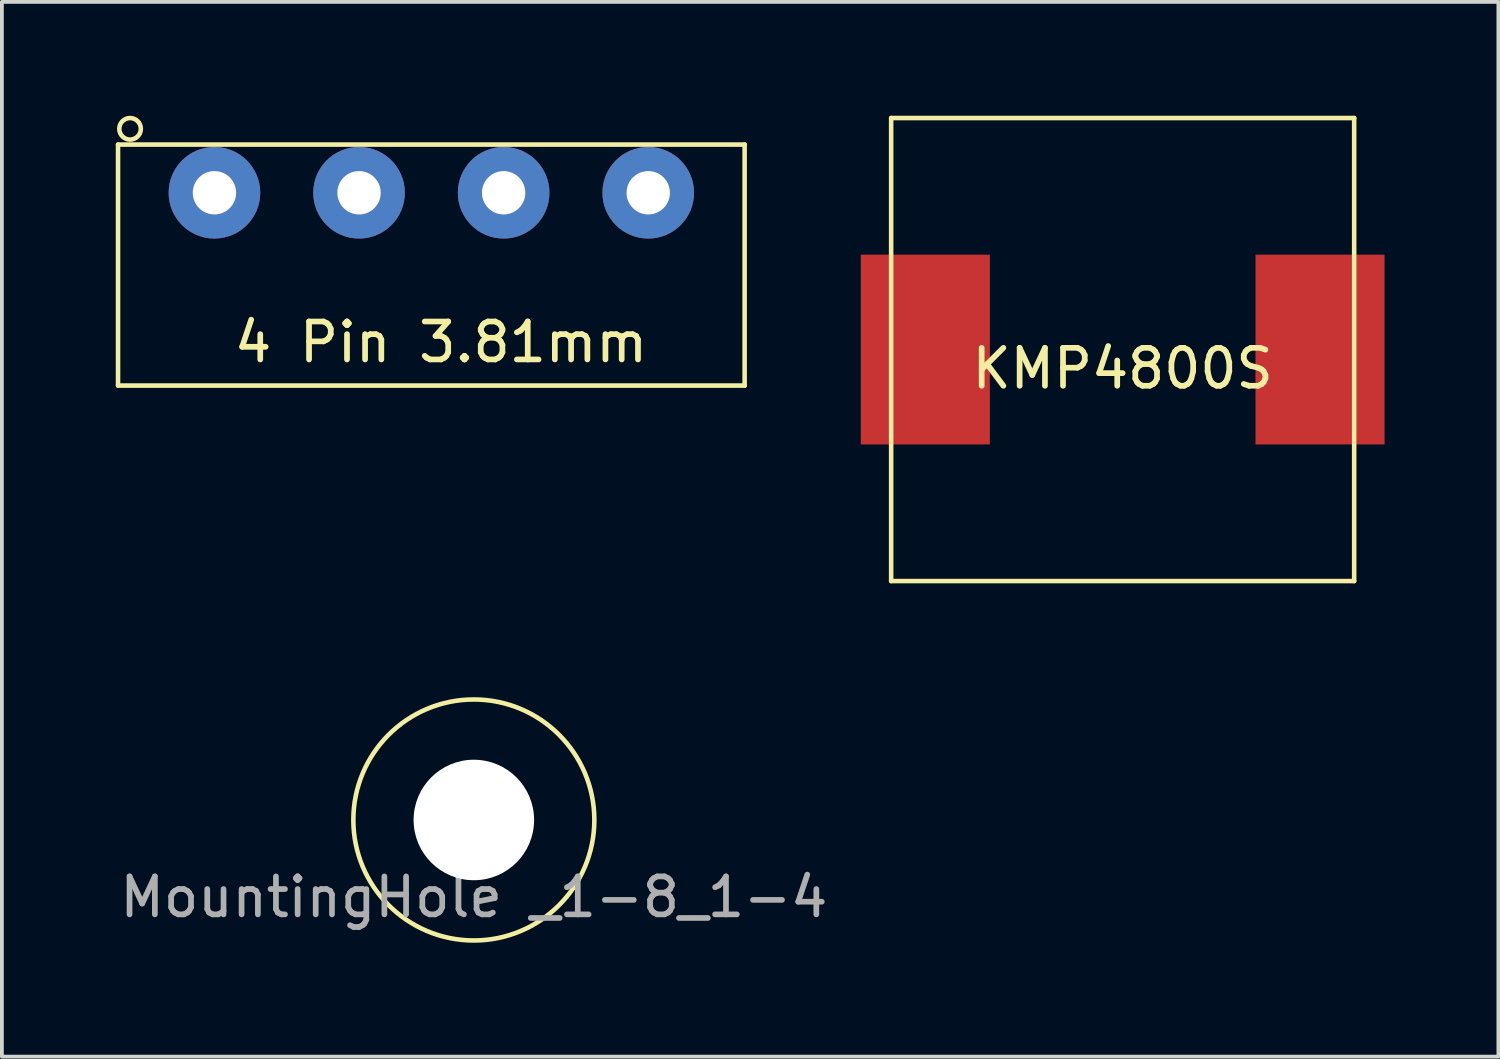
<source format=kicad_pcb>
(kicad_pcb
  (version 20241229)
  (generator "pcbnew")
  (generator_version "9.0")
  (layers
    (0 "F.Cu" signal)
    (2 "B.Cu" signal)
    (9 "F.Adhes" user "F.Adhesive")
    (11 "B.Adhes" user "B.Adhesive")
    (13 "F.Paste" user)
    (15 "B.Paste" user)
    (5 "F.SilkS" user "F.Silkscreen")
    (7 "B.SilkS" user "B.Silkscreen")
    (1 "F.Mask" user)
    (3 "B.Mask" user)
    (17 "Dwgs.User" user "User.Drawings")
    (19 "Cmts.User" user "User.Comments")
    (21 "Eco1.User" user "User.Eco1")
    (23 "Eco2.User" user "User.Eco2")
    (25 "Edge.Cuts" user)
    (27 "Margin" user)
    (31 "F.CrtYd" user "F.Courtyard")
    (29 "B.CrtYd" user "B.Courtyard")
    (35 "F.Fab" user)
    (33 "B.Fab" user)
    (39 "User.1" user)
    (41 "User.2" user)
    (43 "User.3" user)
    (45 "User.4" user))
  (footprint "4 Pin 3.81mm"
    (layer "F.Cu")
    (at 8.315 2.029)
    (property "Reference" "4 Pin 3.81mm" (at 0.254 3.937 0) (layer "F.SilkS") (effects (font (size 1 1) (thickness 0.15))))
    (attr through_hole)
    (fp_line (start -8.255 -1.27) (end 8.255 -1.27) (stroke (width 0.12) (type solid)) (layer "F.SilkS"))
    (fp_line (start -8.255 5.08) (end -8.255 -1.27) (stroke (width 0.12) (type solid)) (layer "F.SilkS"))
    (fp_line (start 8.255 -1.27) (end 8.255 5.08) (stroke (width 0.12) (type solid)) (layer "F.SilkS"))
    (fp_line (start 8.255 5.08) (end -8.255 5.08) (stroke (width 0.12) (type solid)) (layer "F.SilkS"))
    (fp_circle (center -7.938 -1.685) (end -7.811 -1.431) (stroke (width 0.12) (type solid)) (fill no) (layer "F.SilkS"))
    (pad "1" thru_hole circle (at -5.715 0) (size 2.413 2.413) (drill 1.143) (layers "*.Cu" "*.Mask"))
    (pad "2" thru_hole circle (at -1.905 0) (size 2.413 2.413) (drill 1.143) (layers "*.Cu" "*.Mask"))
    (pad "3" thru_hole circle (at 1.905 0) (size 2.413 2.413) (drill 1.143) (layers "*.Cu" "*.Mask"))
    (pad "4" thru_hole circle (at 5.715 0) (size 2.413 2.413) (drill 1.143) (layers "*.Cu" "*.Mask")))
  (footprint "MountingHole _1-8_1-4"
    (layer "F.Cu")
    (at 9.435 18.555)
    (property "Reference" "MountingHole _1-8_1-4" (at 0 2.032 0) (layer "F.Fab") (effects (font (size 1 1) (thickness 0.15))))
    (attr through_hole)
    (fp_circle (center 0 0) (end 3.175 0) (stroke (width 0.12) (type solid)) (fill no) (layer "F.SilkS"))
    (pad "" np_thru_hole circle (at 0 0) (size 3.175 3.175) (drill 3.175) (layers "*.Cu" "*.Mask")))
  (footprint "KMP4800S"
    (layer "F.Cu")
    (at 26.53 6.16)
    (property "Reference" "KMP4800S" (at 0 0.5 0) (layer "F.SilkS") (effects (font (size 1 1) (thickness 0.15))))
    (attr through_hole)
    (fp_line (start -6.1 -6.1) (end 6.1 -6.1) (stroke (width 0.12) (type solid)) (layer "F.SilkS"))
    (fp_line (start -6.1 6.1) (end -6.1 -6.1) (stroke (width 0.12) (type solid)) (layer "F.SilkS"))
    (fp_line (start 6.1 -6.1) (end 6.1 6.1) (stroke (width 0.12) (type solid)) (layer "F.SilkS"))
    (fp_line (start 6.1 6.1) (end -6.1 6.1) (stroke (width 0.12) (type solid)) (layer "F.SilkS"))
    (pad "1" smd rect (at -5.2 0) (size 3.4 5) (layers "F.Cu" "F.Mask" "F.Paste"))
    (pad "2" smd rect (at 5.2 0) (size 3.4 5) (layers "F.Cu" "F.Mask" "F.Paste")))
  (gr_rect
    (start -3 -3)
    (end 36.43 24.79)
    (stroke (width 0.1) (type default))
    (fill no)
    (layer "Edge.Cuts")))
</source>
